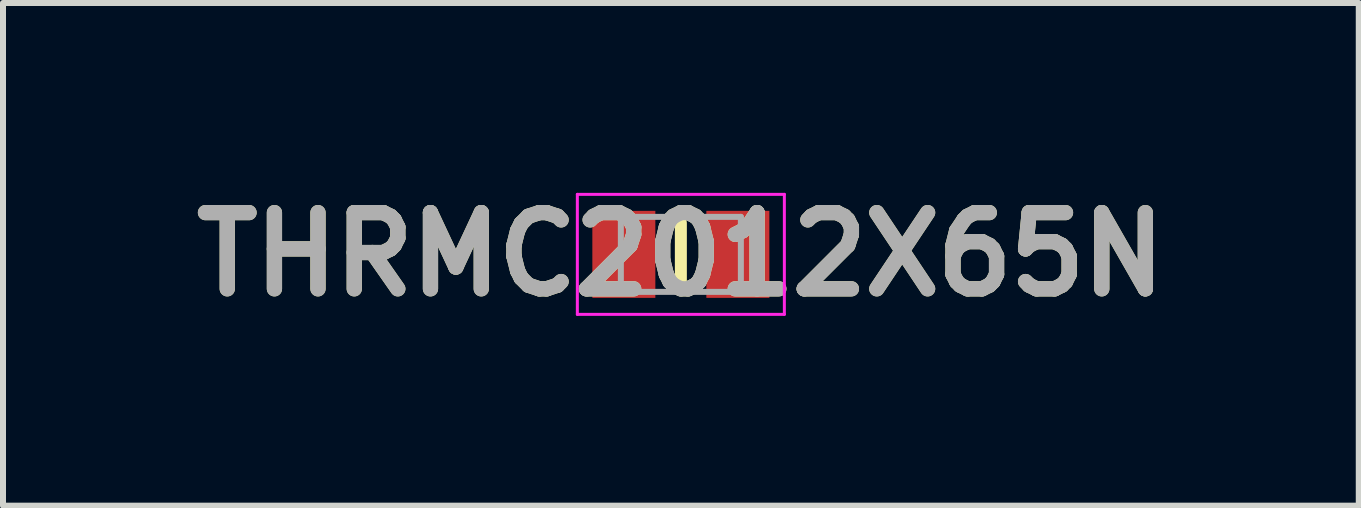
<source format=kicad_pcb>
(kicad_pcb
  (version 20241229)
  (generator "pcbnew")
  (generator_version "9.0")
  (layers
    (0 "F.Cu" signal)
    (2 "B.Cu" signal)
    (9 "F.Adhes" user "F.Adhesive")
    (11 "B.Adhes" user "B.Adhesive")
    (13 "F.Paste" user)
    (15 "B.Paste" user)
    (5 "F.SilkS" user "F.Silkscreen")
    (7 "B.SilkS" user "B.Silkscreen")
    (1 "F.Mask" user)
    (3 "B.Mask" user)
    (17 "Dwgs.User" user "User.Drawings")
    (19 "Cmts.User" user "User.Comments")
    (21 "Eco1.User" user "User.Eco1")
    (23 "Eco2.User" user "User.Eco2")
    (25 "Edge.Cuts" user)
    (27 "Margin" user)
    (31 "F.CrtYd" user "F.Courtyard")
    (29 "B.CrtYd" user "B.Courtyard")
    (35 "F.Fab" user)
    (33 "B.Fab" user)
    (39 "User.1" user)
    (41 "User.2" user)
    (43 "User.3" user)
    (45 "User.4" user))
  (footprint "THRMC2012X65N"
    (layer "F.Cu")
    (at 8.297 1.189)
    (property "Reference" "THRMC2012X65N" (at 0 0 0) (layer "F.SilkS") (effects (font (size 1.27 1.27) (thickness 0.254))))
    (attr smd)
    (fp_line (start 0 -0.525) (end 0 0.525) (stroke (width 0.2) (type solid)) (layer "F.SilkS"))
    (fp_line (start -1.725 -1) (end 1.725 -1) (stroke (width 0.05) (type solid)) (layer "F.CrtYd"))
    (fp_line (start -1.725 1) (end -1.725 -1) (stroke (width 0.05) (type solid)) (layer "F.CrtYd"))
    (fp_line (start 1.725 -1) (end 1.725 1) (stroke (width 0.05) (type solid)) (layer "F.CrtYd"))
    (fp_line (start 1.725 1) (end -1.725 1) (stroke (width 0.05) (type solid)) (layer "F.CrtYd"))
    (fp_line (start -1 -0.625) (end 1 -0.625) (stroke (width 0.1) (type solid)) (layer "F.Fab"))
    (fp_line (start -1 0.625) (end -1 -0.625) (stroke (width 0.1) (type solid)) (layer "F.Fab"))
    (fp_line (start 1 -0.625) (end 1 0.625) (stroke (width 0.1) (type solid)) (layer "F.Fab"))
    (fp_line (start 1 0.625) (end -1 0.625) (stroke (width 0.1) (type solid)) (layer "F.Fab"))
    (fp_text user "${REFERENCE}" (at 0 0 0) (layer "F.Fab") (effects (font (size 1.27 1.27) (thickness 0.254))))
    (pad "1" smd rect (at -0.95 0) (size 1.05 1.45) (layers "F.Cu" "F.Mask" "F.Paste"))
    (pad "2" smd rect (at 0.95 0) (size 1.05 1.45) (layers "F.Cu" "F.Mask" "F.Paste")))
  (gr_rect
    (start -3 -3)
    (end 19.595 5.377)
    (stroke (width 0.1) (type default))
    (fill no)
    (layer "Edge.Cuts")))
</source>
